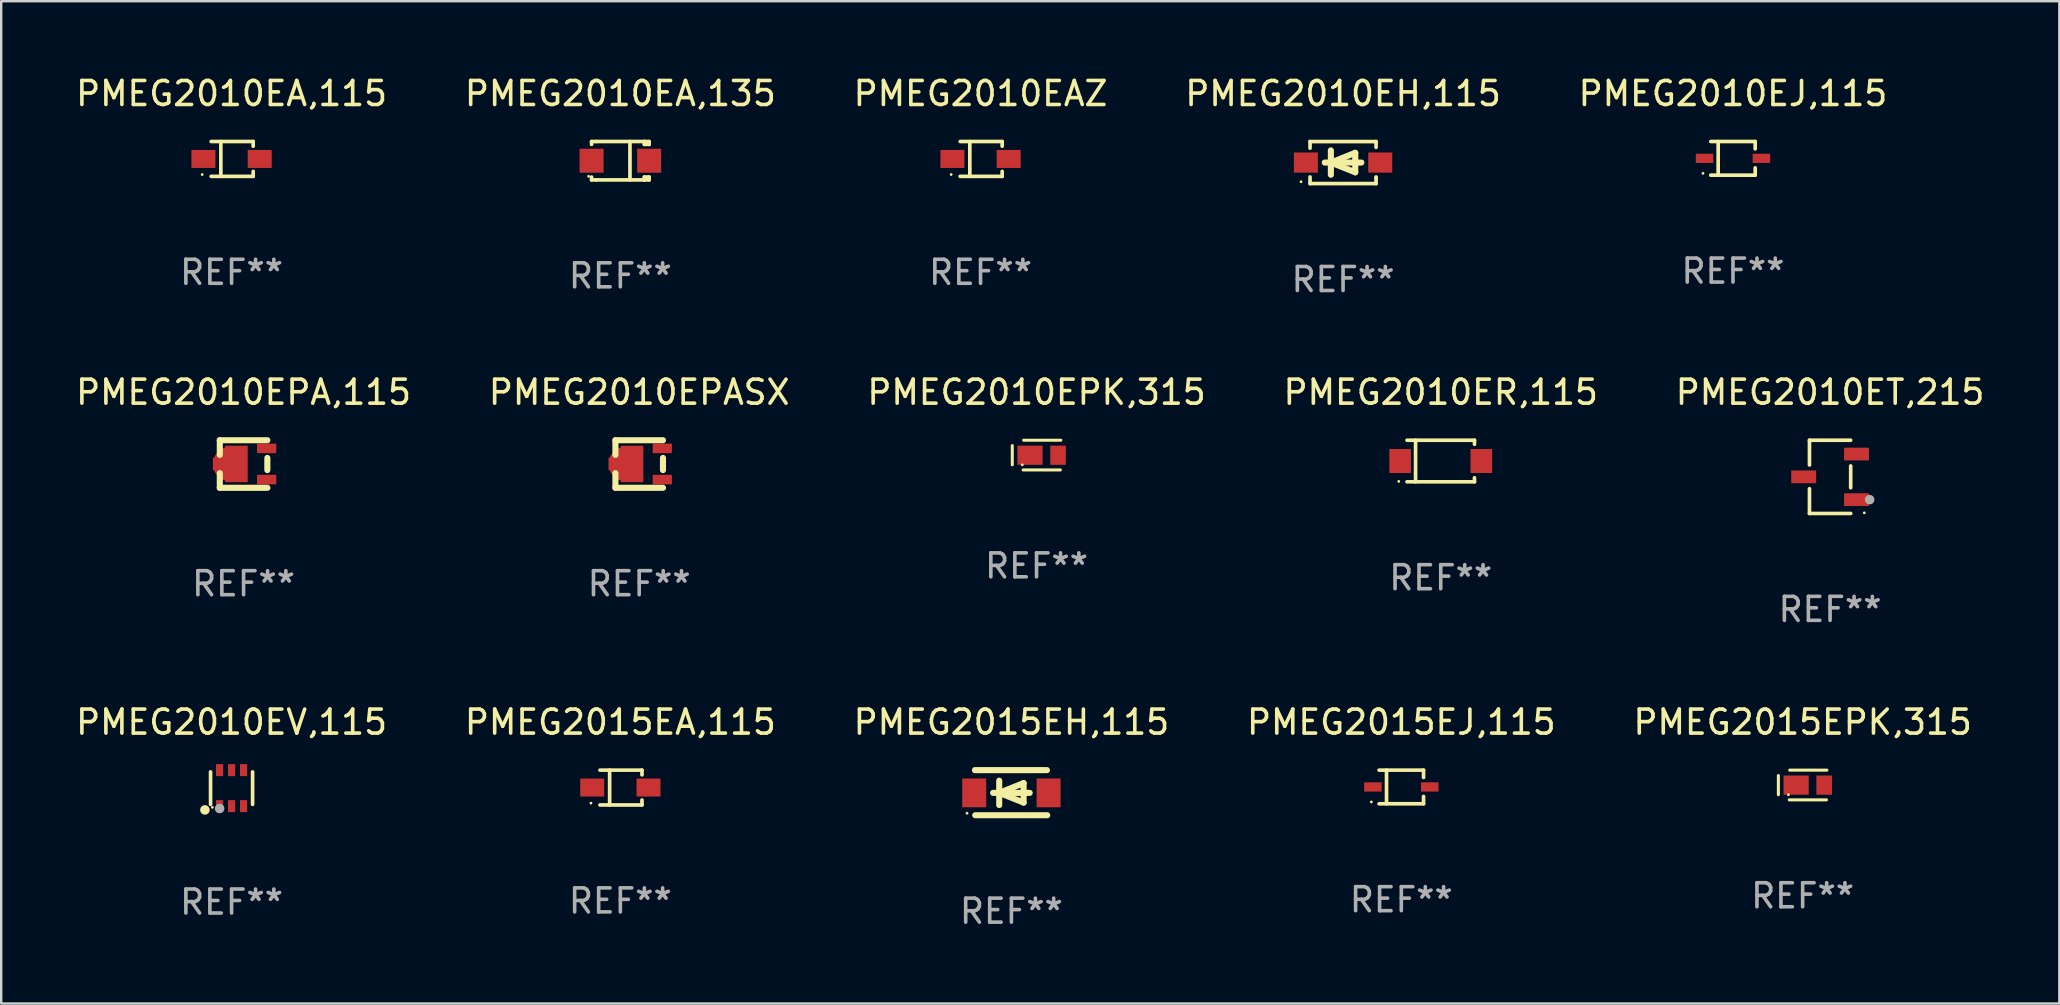
<source format=kicad_pcb>
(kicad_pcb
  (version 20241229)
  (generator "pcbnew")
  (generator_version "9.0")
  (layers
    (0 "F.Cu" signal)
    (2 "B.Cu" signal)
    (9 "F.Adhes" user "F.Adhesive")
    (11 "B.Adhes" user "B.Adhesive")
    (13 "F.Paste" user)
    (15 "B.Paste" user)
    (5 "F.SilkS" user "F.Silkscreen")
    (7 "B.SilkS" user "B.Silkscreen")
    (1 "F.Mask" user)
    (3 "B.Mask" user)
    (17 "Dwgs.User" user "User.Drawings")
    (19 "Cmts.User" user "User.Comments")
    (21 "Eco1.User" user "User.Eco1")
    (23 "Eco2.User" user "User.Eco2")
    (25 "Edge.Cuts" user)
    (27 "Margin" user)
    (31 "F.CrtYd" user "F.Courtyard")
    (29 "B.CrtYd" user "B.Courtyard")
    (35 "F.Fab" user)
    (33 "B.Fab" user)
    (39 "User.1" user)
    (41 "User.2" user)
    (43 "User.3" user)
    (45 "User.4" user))
  (footprint "PMEG2010EV,115"
    (layer "F.Cu")
    (at 6.601 29.796)
    (property "Reference" "PMEG2010EV,115" (at 0 -2.75 0) (layer "F.SilkS") (effects (font (size 1 1) (thickness 0.15))))
    (attr through_hole)
    (fp_line (start -0.876 0.676) (end -0.876 -0.676) (stroke (width 0.152) (type solid)) (layer "F.SilkS"))
    (fp_line (start 0.876 0.676) (end 0.876 -0.676) (stroke (width 0.152) (type solid)) (layer "F.SilkS"))
    (fp_circle (center -1.111 0.908) (end -1.011 0.908) (stroke (width 0.2) (type solid)) (fill no) (layer "F.SilkS"))
    (fp_circle (center -0.8 0.8) (end -0.77 0.8) (stroke (width 0.06) (type solid)) (fill no) (layer "F.SilkS"))
    (fp_circle (center -0.499 0.85) (end -0.399 0.85) (stroke (width 0.2) (type solid)) (fill no) (layer "F.Fab"))
    (fp_text user "REF**" (at 0 4.75 0) (layer "F.Fab") (effects (font (size 1 1) (thickness 0.15))))
    (pad "1" smd rect (at -0.5 0.75) (size 0.3 0.5) (layers "F.Cu" "F.Mask" "F.Paste"))
    (pad "2" smd rect (at 0 0.75) (size 0.3 0.5) (layers "F.Cu" "F.Mask" "F.Paste"))
    (pad "3" smd rect (at 0.5 0.75) (size 0.3 0.5) (layers "F.Cu" "F.Mask" "F.Paste"))
    (pad "4" smd rect (at 0.5 -0.75) (size 0.3 0.5) (layers "F.Cu" "F.Mask" "F.Paste"))
    (pad "5" smd rect (at 0 -0.75) (size 0.3 0.5) (layers "F.Cu" "F.Mask" "F.Paste"))
    (pad "6" smd rect (at -0.5 -0.75) (size 0.3 0.5) (layers "F.Cu" "F.Mask" "F.Paste")))
  (footprint "PMEG2010EJ,115"
    (layer "F.Cu")
    (at 69.173 3.549)
    (property "Reference" "PMEG2010EJ,115" (at 0 -2.701 0) (layer "F.SilkS") (effects (font (size 1 1) (thickness 0.15))))
    (attr through_hole)
    (fp_line (start -0.926 -0.701) (end 0.926 -0.701) (stroke (width 0.152) (type solid)) (layer "F.SilkS"))
    (fp_line (start -0.926 0.701) (end 0.926 0.701) (stroke (width 0.152) (type solid)) (layer "F.SilkS"))
    (fp_line (start -0.617 -0.701) (end -0.617 0.701) (stroke (width 0.152) (type solid)) (layer "F.SilkS"))
    (fp_line (start 0.926 -0.701) (end 0.926 -0.396) (stroke (width 0.152) (type solid)) (layer "F.SilkS"))
    (fp_line (start 0.926 0.701) (end 0.926 0.396) (stroke (width 0.152) (type solid)) (layer "F.SilkS"))
    (fp_circle (center -1.25 0.625) (end -1.22 0.625) (stroke (width 0.06) (type solid)) (fill no) (layer "F.SilkS"))
    (fp_text user "REF**" (at 0 4.701 0) (layer "F.Fab") (effects (font (size 1 1) (thickness 0.15))))
    (pad "1" smd rect (at -1.185 0 180) (size 0.73 0.385) (layers "F.Cu" "F.Mask" "F.Paste"))
    (pad "2" smd rect (at 1.185 0 180) (size 0.73 0.385) (layers "F.Cu" "F.Mask" "F.Paste")))
  (footprint "PMEG2010EA,115"
    (layer "F.Cu")
    (at 6.601 3.574)
    (property "Reference" "PMEG2010EA,115" (at 0 -2.726 0) (layer "F.SilkS") (effects (font (size 1 1) (thickness 0.15))))
    (attr through_hole)
    (fp_line (start -0.851 -0.726) (end 0.901 -0.726) (stroke (width 0.152) (type solid)) (layer "F.SilkS"))
    (fp_line (start -0.851 0.726) (end 0.901 0.726) (stroke (width 0.152) (type solid)) (layer "F.SilkS"))
    (fp_line (start -0.447 -0.726) (end -0.447 0.726) (stroke (width 0.152) (type solid)) (layer "F.SilkS"))
    (fp_line (start 0.901 -0.726) (end 0.901 -0.53) (stroke (width 0.152) (type solid)) (layer "F.SilkS"))
    (fp_line (start 0.901 0.726) (end 0.901 0.52) (stroke (width 0.152) (type solid)) (layer "F.SilkS"))
    (fp_circle (center -1.225 0.65) (end -1.195 0.65) (stroke (width 0.06) (type solid)) (fill no) (layer "F.SilkS"))
    (fp_text user "REF**" (at 0 4.726 0) (layer "F.Fab") (effects (font (size 1 1) (thickness 0.15))))
    (pad "1" smd rect (at -1.173 0) (size 1 0.75) (layers "F.Cu" "F.Mask" "F.Paste"))
    (pad "2" smd rect (at 1.173 0) (size 1 0.75) (layers "F.Cu" "F.Mask" "F.Paste")))
  (footprint "PMEG2010EA,135"
    (layer "F.Cu")
    (at 22.804 3.648)
    (property "Reference" "PMEG2010EA,135" (at 0 -2.8 0) (layer "F.SilkS") (effects (font (size 1 1) (thickness 0.15))))
    (attr through_hole)
    (fp_line (start -1.2 -0.8) (end -1.2 -0.68) (stroke (width 0.152) (type solid)) (layer "F.SilkS"))
    (fp_line (start -1.2 0.68) (end -1.2 0.8) (stroke (width 0.152) (type solid)) (layer "F.SilkS"))
    (fp_line (start -1.2 0.8) (end -1 0.8) (stroke (width 0.152) (type solid)) (layer "F.SilkS"))
    (fp_line (start -1 -0.8) (end -1.2 -0.8) (stroke (width 0.152) (type solid)) (layer "F.SilkS"))
    (fp_line (start -1 -0.8) (end 1 -0.8) (stroke (width 0.152) (type solid)) (layer "F.SilkS"))
    (fp_line (start -1 0.8) (end 1 0.8) (stroke (width 0.152) (type solid)) (layer "F.SilkS"))
    (fp_line (start 0.4 -0.8) (end 0.4 0.8) (stroke (width 0.152) (type solid)) (layer "F.SilkS"))
    (fp_line (start 1 -0.8) (end 1 -0.68) (stroke (width 0.152) (type solid)) (layer "F.SilkS"))
    (fp_line (start 1 -0.8) (end 1.2 -0.8) (stroke (width 0.152) (type solid)) (layer "F.SilkS"))
    (fp_line (start 1 0.68) (end 1 0.8) (stroke (width 0.152) (type solid)) (layer "F.SilkS"))
    (fp_line (start 1 0.68) (end 1.2 0.68) (stroke (width 0.152) (type solid)) (layer "F.SilkS"))
    (fp_line (start 1.2 -0.8) (end 1.2 -0.68) (stroke (width 0.152) (type solid)) (layer "F.SilkS"))
    (fp_line (start 1.2 -0.68) (end 1 -0.68) (stroke (width 0.152) (type solid)) (layer "F.SilkS"))
    (fp_line (start 1.2 0.68) (end 1.2 0.8) (stroke (width 0.152) (type solid)) (layer "F.SilkS"))
    (fp_line (start 1.2 0.8) (end 1 0.8) (stroke (width 0.152) (type solid)) (layer "F.SilkS"))
    (fp_circle (center -1.325 0.65) (end -1.295 0.65) (stroke (width 0.06) (type solid)) (fill no) (layer "F.SilkS"))
    (fp_text user "REF**" (at 0 4.8 0) (layer "F.Fab") (effects (font (size 1 1) (thickness 0.15))))
    (pad "1" smd rect (at -1.2 0 180) (size 1 1) (layers "F.Cu" "F.Mask" "F.Paste"))
    (pad "2" smd rect (at 1.2 0 180) (size 1 1) (layers "F.Cu" "F.Mask" "F.Paste")))
  (footprint "PMEG2010EH,115"
    (layer "F.Cu")
    (at 52.923 3.725)
    (property "Reference" "PMEG2010EH,115" (at 0 -2.876 0) (layer "F.SilkS") (effects (font (size 1 1) (thickness 0.15))))
    (attr through_hole)
    (fp_line (start -1.376 -0.876) (end -1.376 -0.6) (stroke (width 0.152) (type solid)) (layer "F.SilkS"))
    (fp_line (start -1.376 -0.876) (end 1.376 -0.876) (stroke (width 0.152) (type solid)) (layer "F.SilkS"))
    (fp_line (start -1.376 0.6) (end -1.376 0.876) (stroke (width 0.152) (type solid)) (layer "F.SilkS"))
    (fp_line (start -1.376 0.876) (end 1.376 0.876) (stroke (width 0.152) (type solid)) (layer "F.SilkS"))
    (fp_line (start -0.762 -0.000051) (end 0.762 -0.000051) (stroke (width 0.254) (type solid)) (layer "F.SilkS"))
    (fp_line (start -0.508 -0.508) (end -0.508 0.508) (stroke (width 0.254) (type solid)) (layer "F.SilkS"))
    (fp_line (start -0.508 -0.000051) (end 0.508 -0.406) (stroke (width 0.254) (type solid)) (layer "F.SilkS"))
    (fp_line (start 0.508 -0.406) (end 0.508 0.406) (stroke (width 0.254) (type solid)) (layer "F.SilkS"))
    (fp_line (start 0.508 0.406) (end -0.508 -0.000051) (stroke (width 0.254) (type solid)) (layer "F.SilkS"))
    (fp_line (start 1.376 0.631) (end 1.376 0.6) (stroke (width 0.152) (type solid)) (layer "F.SilkS"))
    (fp_line (start 1.376 0.876) (end 1.376 0.631) (stroke (width 0.152) (type solid)) (layer "F.SilkS"))
    (fp_line (start 1.376 -0.876) (end 1.376 -0.635) (stroke (width 0.152) (type solid)) (layer "F.SilkS"))
    (fp_circle (center -1.75 0.8) (end -1.72 0.8) (stroke (width 0.06) (type solid)) (fill no) (layer "F.SilkS"))
    (fp_text user "REF**" (at 0 4.876 0) (layer "F.Fab") (effects (font (size 1 1) (thickness 0.15))))
    (pad "1" smd rect (at -1.55 -0.000051) (size 1 0.84) (layers "F.Cu" "F.Mask" "F.Paste"))
    (pad "2" smd rect (at 1.55 -0.000051) (size 1 0.84) (layers "F.Cu" "F.Mask" "F.Paste")))
  (footprint "PMEG2010EPK,315"
    (layer "F.Cu")
    (at 40.149 15.916)
    (property "Reference" "PMEG2010EPK,315" (at 0 -2.619 0) (layer "F.SilkS") (effects (font (size 1 1) (thickness 0.15))))
    (attr through_hole)
    (fp_line (start -1.012 -0.394) (end -1.012 0.406) (stroke (width 0.127) (type solid)) (layer "F.SilkS"))
    (fp_line (start -0.558 0.619) (end 0.992 0.619) (stroke (width 0.127) (type solid)) (layer "F.SilkS"))
    (fp_line (start -0.538 -0.619) (end 1.012 -0.619) (stroke (width 0.127) (type solid)) (layer "F.SilkS"))
    (fp_circle (center -0.594 0.406) (end -0.564 0.406) (stroke (width 0.06) (type solid)) (fill no) (layer "F.SilkS"))
    (fp_text user "REF**" (at 0 4.619 0) (layer "F.Fab") (effects (font (size 1 1) (thickness 0.15))))
    (pad "1" smd rect (at -0.272 0.006) (size 1.049 0.8) (layers "F.Cu" "F.Mask" "F.Paste"))
    (pad "2" smd rect (at 0.897 0.006) (size 0.65 0.8) (layers "F.Cu" "F.Mask" "F.Paste")))
  (footprint "PMEG2010EPA,115"
    (layer "F.Cu")
    (at 7.101 16.288)
    (property "Reference" "PMEG2010EPA,115" (at 0 -2.991 0) (layer "F.SilkS") (effects (font (size 1 1) (thickness 0.15))))
    (attr through_hole)
    (fp_line (start -0.991 -0.991) (end -0.991 -0.381) (stroke (width 0.254) (type solid)) (layer "F.SilkS"))
    (fp_line (start -0.991 0.381) (end -0.991 0.991) (stroke (width 0.254) (type solid)) (layer "F.SilkS"))
    (fp_line (start -0.991 0.991) (end 0.991 0.991) (stroke (width 0.254) (type solid)) (layer "F.SilkS"))
    (fp_line (start 0.991 -0.991) (end -0.991 -0.991) (stroke (width 0.254) (type solid)) (layer "F.SilkS"))
    (fp_line (start 0.991 -0.254) (end 0.991 0.254) (stroke (width 0.254) (type solid)) (layer "F.SilkS"))
    (fp_circle (center 1.054 0.999) (end 1.084 0.999) (stroke (width 0.06) (type solid)) (fill no) (layer "F.SilkS"))
    (fp_text user "REF**" (at 0 4.991 0) (layer "F.Fab") (effects (font (size 1 1) (thickness 0.15))))
    (pad "1" smd rect (at 0.962 0.649 270) (size 0.399 0.8) (layers "F.Cu" "F.Mask" "F.Paste"))
    (pad "2" smd rect (at 0.962 -0.651 270) (size 0.399 0.8) (layers "F.Cu" "F.Mask" "F.Paste"))
    (pad "3" smd custom (at -0.553 -0.001) (size 1.45 1.52) (layers "F.Cu" "F.Mask" "F.Paste") (options (anchor circle)) (primitives (gr_poly (pts (xy -0.725 -0.26) (xy -0.225 -0.26) (xy -0.215 -0.26) (xy -0.215 -0.76) (xy 0.725 -0.76) (xy 0.725 0.75) (xy 0.725 0.76) (xy -0.205 0.76) (xy -0.215 0.76) (xy -0.215 0.75) (xy -0.215 0.26) (xy -0.725 0.26)) (width 0) (fill yes)))))
  (footprint "PMEG2010ER,115"
    (layer "F.Cu")
    (at 56.994 16.163)
    (property "Reference" "PMEG2010ER,115" (at 0 -2.866 0) (layer "F.SilkS") (effects (font (size 1 1) (thickness 0.15))))
    (attr through_hole)
    (fp_line (start -1.406 -0.866) (end 1.406 -0.866) (stroke (width 0.152) (type solid)) (layer "F.SilkS"))
    (fp_line (start -1.406 0.866) (end 1.406 0.866) (stroke (width 0.152) (type solid)) (layer "F.SilkS"))
    (fp_line (start -1.049 -0.866) (end -1.049 0.866) (stroke (width 0.152) (type solid)) (layer "F.SilkS"))
    (fp_line (start 1.406 -0.866) (end 1.406 -0.698) (stroke (width 0.152) (type solid)) (layer "F.SilkS"))
    (fp_line (start 1.406 0.866) (end 1.406 0.698) (stroke (width 0.152) (type solid)) (layer "F.SilkS"))
    (fp_circle (center -1.75 0.85) (end -1.72 0.85) (stroke (width 0.06) (type solid)) (fill no) (layer "F.SilkS"))
    (fp_text user "REF**" (at 0 4.866 0) (layer "F.Fab") (effects (font (size 1 1) (thickness 0.15))))
    (pad "1" smd rect (at -1.692 0) (size 0.9 1) (layers "F.Cu" "F.Mask" "F.Paste"))
    (pad "2" smd rect (at 1.692 0) (size 0.9 1) (layers "F.Cu" "F.Mask" "F.Paste")))
  (footprint "PMEG2015EPK,315"
    (layer "F.Cu")
    (at 72.077 29.665)
    (property "Reference" "PMEG2015EPK,315" (at 0 -2.619 0) (layer "F.SilkS") (effects (font (size 1 1) (thickness 0.15))))
    (attr through_hole)
    (fp_line (start -1.012 -0.394) (end -1.012 0.406) (stroke (width 0.127) (type solid)) (layer "F.SilkS"))
    (fp_line (start -0.558 0.619) (end 0.992 0.619) (stroke (width 0.127) (type solid)) (layer "F.SilkS"))
    (fp_line (start -0.538 -0.619) (end 1.012 -0.619) (stroke (width 0.127) (type solid)) (layer "F.SilkS"))
    (fp_circle (center -0.594 0.406) (end -0.564 0.406) (stroke (width 0.06) (type solid)) (fill no) (layer "F.SilkS"))
    (fp_text user "REF**" (at 0 4.619 0) (layer "F.Fab") (effects (font (size 1 1) (thickness 0.15))))
    (pad "1" smd rect (at -0.272 0.006) (size 1.049 0.8) (layers "F.Cu" "F.Mask" "F.Paste"))
    (pad "2" smd rect (at 0.897 0.006) (size 0.65 0.8) (layers "F.Cu" "F.Mask" "F.Paste")))
  (footprint "PMEG2015EH,115"
    (layer "F.Cu")
    (at 39.101 29.986)
    (property "Reference" "PMEG2015EH,115" (at 0 -2.94 0) (layer "F.SilkS") (effects (font (size 1 1) (thickness 0.15))))
    (attr through_hole)
    (fp_line (start -1.52 -0.94) (end 1.48 -0.94) (stroke (width 0.254) (type solid)) (layer "F.SilkS"))
    (fp_line (start -1.507 0.94) (end 1.493 0.94) (stroke (width 0.254) (type solid)) (layer "F.SilkS"))
    (fp_line (start -0.762 0.007) (end 0.762 0.007) (stroke (width 0.254) (type solid)) (layer "F.SilkS"))
    (fp_line (start -0.508 -0.501) (end -0.508 0.515) (stroke (width 0.254) (type solid)) (layer "F.SilkS"))
    (fp_line (start -0.508 0.007) (end 0.508 -0.4) (stroke (width 0.254) (type solid)) (layer "F.SilkS"))
    (fp_line (start 0.508 -0.4) (end 0.508 0.413) (stroke (width 0.254) (type solid)) (layer "F.SilkS"))
    (fp_line (start 0.508 0.413) (end -0.508 0.007) (stroke (width 0.254) (type solid)) (layer "F.SilkS"))
    (fp_circle (center -1.85 0.857) (end -1.82 0.857) (stroke (width 0.06) (type solid)) (fill no) (layer "F.SilkS"))
    (fp_text user "REF**" (at 0 4.94 0) (layer "F.Fab") (effects (font (size 1 1) (thickness 0.15))))
    (pad "1" smd rect (at -1.55 0.007) (size 1 1.2) (layers "F.Cu" "F.Mask" "F.Paste"))
    (pad "2" smd rect (at 1.55 0.007) (size 1 1.2) (layers "F.Cu" "F.Mask" "F.Paste")))
  (footprint "PMEG2010EPASX"
    (layer "F.Cu")
    (at 23.589 16.288)
    (property "Reference" "PMEG2010EPASX" (at 0 -2.991 0) (layer "F.SilkS") (effects (font (size 1 1) (thickness 0.15))))
    (attr through_hole)
    (fp_line (start -0.991 -0.991) (end -0.991 -0.381) (stroke (width 0.254) (type solid)) (layer "F.SilkS"))
    (fp_line (start -0.991 0.381) (end -0.991 0.991) (stroke (width 0.254) (type solid)) (layer "F.SilkS"))
    (fp_line (start -0.991 0.991) (end 0.991 0.991) (stroke (width 0.254) (type solid)) (layer "F.SilkS"))
    (fp_line (start 0.991 -0.991) (end -0.991 -0.991) (stroke (width 0.254) (type solid)) (layer "F.SilkS"))
    (fp_line (start 0.991 -0.254) (end 0.991 0.254) (stroke (width 0.254) (type solid)) (layer "F.SilkS"))
    (fp_circle (center 1.054 0.999) (end 1.084 0.999) (stroke (width 0.06) (type solid)) (fill no) (layer "F.SilkS"))
    (fp_text user "REF**" (at 0 4.991 0) (layer "F.Fab") (effects (font (size 1 1) (thickness 0.15))))
    (pad "1" smd rect (at 0.962 0.649 270) (size 0.399 0.8) (layers "F.Cu" "F.Mask" "F.Paste"))
    (pad "2" smd rect (at 0.962 -0.651 270) (size 0.399 0.8) (layers "F.Cu" "F.Mask" "F.Paste"))
    (pad "3" smd custom (at -0.553 -0.001) (size 1.45 1.52) (layers "F.Cu" "F.Mask" "F.Paste") (options (anchor circle)) (primitives (gr_poly (pts (xy -0.725 -0.26) (xy -0.225 -0.26) (xy -0.215 -0.26) (xy -0.215 -0.76) (xy 0.725 -0.76) (xy 0.725 0.75) (xy 0.725 0.76) (xy -0.205 0.76) (xy -0.215 0.76) (xy -0.215 0.75) (xy -0.215 0.26) (xy -0.725 0.26)) (width 0) (fill yes)))))
  (footprint "PMEG2015EA,115"
    (layer "F.Cu")
    (at 22.804 29.772)
    (property "Reference" "PMEG2015EA,115" (at 0 -2.726 0) (layer "F.SilkS") (effects (font (size 1 1) (thickness 0.15))))
    (attr through_hole)
    (fp_line (start -0.851 -0.726) (end 0.901 -0.726) (stroke (width 0.152) (type solid)) (layer "F.SilkS"))
    (fp_line (start -0.851 0.726) (end 0.901 0.726) (stroke (width 0.152) (type solid)) (layer "F.SilkS"))
    (fp_line (start -0.447 -0.726) (end -0.447 0.726) (stroke (width 0.152) (type solid)) (layer "F.SilkS"))
    (fp_line (start 0.901 -0.726) (end 0.901 -0.53) (stroke (width 0.152) (type solid)) (layer "F.SilkS"))
    (fp_line (start 0.901 0.726) (end 0.901 0.52) (stroke (width 0.152) (type solid)) (layer "F.SilkS"))
    (fp_circle (center -1.225 0.65) (end -1.195 0.65) (stroke (width 0.06) (type solid)) (fill no) (layer "F.SilkS"))
    (fp_text user "REF**" (at 0 4.726 0) (layer "F.Fab") (effects (font (size 1 1) (thickness 0.15))))
    (pad "1" smd rect (at -1.173 0) (size 1 0.75) (layers "F.Cu" "F.Mask" "F.Paste"))
    (pad "2" smd rect (at 1.173 0) (size 1 0.75) (layers "F.Cu" "F.Mask" "F.Paste")))
  (footprint "PMEG2010ET,215"
    (layer "F.Cu")
    (at 73.22 16.823)
    (property "Reference" "PMEG2010ET,215" (at 0 -3.526 0) (layer "F.SilkS") (effects (font (size 1 1) (thickness 0.15))))
    (attr through_hole)
    (fp_line (start -0.859 -1.526) (end -0.859 -0.495) (stroke (width 0.152) (type solid)) (layer "F.SilkS"))
    (fp_line (start -0.859 1.526) (end -0.859 0.495) (stroke (width 0.152) (type solid)) (layer "F.SilkS"))
    (fp_line (start 0.859 -1.526) (end -0.859 -1.526) (stroke (width 0.152) (type solid)) (layer "F.SilkS"))
    (fp_line (start 0.859 -0.455) (end 0.859 0.455) (stroke (width 0.152) (type solid)) (layer "F.SilkS"))
    (fp_line (start 0.859 1.526) (end -0.859 1.526) (stroke (width 0.152) (type solid)) (layer "F.SilkS"))
    (fp_circle (center 1.425 1.5) (end 1.455 1.5) (stroke (width 0.06) (type solid)) (fill no) (layer "F.SilkS"))
    (fp_circle (center 1.65 0.95) (end 1.75 0.95) (stroke (width 0.2) (type solid)) (fill no) (layer "F.Fab"))
    (fp_text user "REF**" (at 0 5.526 0) (layer "F.Fab") (effects (font (size 1 1) (thickness 0.15))))
    (pad "1" smd rect (at 1.101 0.95) (size 1.037 0.532) (layers "F.Cu" "F.Mask" "F.Paste"))
    (pad "2" smd rect (at 1.101 -0.95) (size 1.037 0.532) (layers "F.Cu" "F.Mask" "F.Paste"))
    (pad "3" smd rect (at -1.101 0) (size 1.037 0.532) (layers "F.Cu" "F.Mask" "F.Paste")))
  (footprint "PMEG2015EJ,115"
    (layer "F.Cu")
    (at 55.351 29.747)
    (property "Reference" "PMEG2015EJ,115" (at 0 -2.701 0) (layer "F.SilkS") (effects (font (size 1 1) (thickness 0.15))))
    (attr through_hole)
    (fp_line (start -0.926 -0.701) (end 0.926 -0.701) (stroke (width 0.152) (type solid)) (layer "F.SilkS"))
    (fp_line (start -0.926 0.701) (end 0.926 0.701) (stroke (width 0.152) (type solid)) (layer "F.SilkS"))
    (fp_line (start -0.617 -0.701) (end -0.617 0.701) (stroke (width 0.152) (type solid)) (layer "F.SilkS"))
    (fp_line (start 0.926 -0.701) (end 0.926 -0.396) (stroke (width 0.152) (type solid)) (layer "F.SilkS"))
    (fp_line (start 0.926 0.701) (end 0.926 0.396) (stroke (width 0.152) (type solid)) (layer "F.SilkS"))
    (fp_circle (center -1.25 0.625) (end -1.22 0.625) (stroke (width 0.06) (type solid)) (fill no) (layer "F.SilkS"))
    (fp_text user "REF**" (at 0 4.701 0) (layer "F.Fab") (effects (font (size 1 1) (thickness 0.15))))
    (pad "1" smd rect (at -1.185 0 180) (size 0.73 0.385) (layers "F.Cu" "F.Mask" "F.Paste"))
    (pad "2" smd rect (at 1.185 0 180) (size 0.73 0.385) (layers "F.Cu" "F.Mask" "F.Paste")))
  (footprint "PMEG2010EAZ"
    (layer "F.Cu")
    (at 37.815 3.574)
    (property "Reference" "PMEG2010EAZ" (at 0 -2.726 0) (layer "F.SilkS") (effects (font (size 1 1) (thickness 0.15))))
    (attr through_hole)
    (fp_line (start -0.851 -0.726) (end 0.901 -0.726) (stroke (width 0.152) (type solid)) (layer "F.SilkS"))
    (fp_line (start -0.851 0.726) (end 0.901 0.726) (stroke (width 0.152) (type solid)) (layer "F.SilkS"))
    (fp_line (start -0.447 -0.726) (end -0.447 0.726) (stroke (width 0.152) (type solid)) (layer "F.SilkS"))
    (fp_line (start 0.901 -0.726) (end 0.901 -0.53) (stroke (width 0.152) (type solid)) (layer "F.SilkS"))
    (fp_line (start 0.901 0.726) (end 0.901 0.52) (stroke (width 0.152) (type solid)) (layer "F.SilkS"))
    (fp_circle (center -1.225 0.65) (end -1.195 0.65) (stroke (width 0.06) (type solid)) (fill no) (layer "F.SilkS"))
    (fp_text user "REF**" (at 0 4.726 0) (layer "F.Fab") (effects (font (size 1 1) (thickness 0.15))))
    (pad "1" smd rect (at -1.173 0) (size 1 0.75) (layers "F.Cu" "F.Mask" "F.Paste"))
    (pad "2" smd rect (at 1.173 0) (size 1 0.75) (layers "F.Cu" "F.Mask" "F.Paste")))
  (gr_rect
    (start -3 -3)
    (end 82.774 38.774)
    (stroke (width 0.1) (type default))
    (fill no)
    (layer "Edge.Cuts")))
</source>
